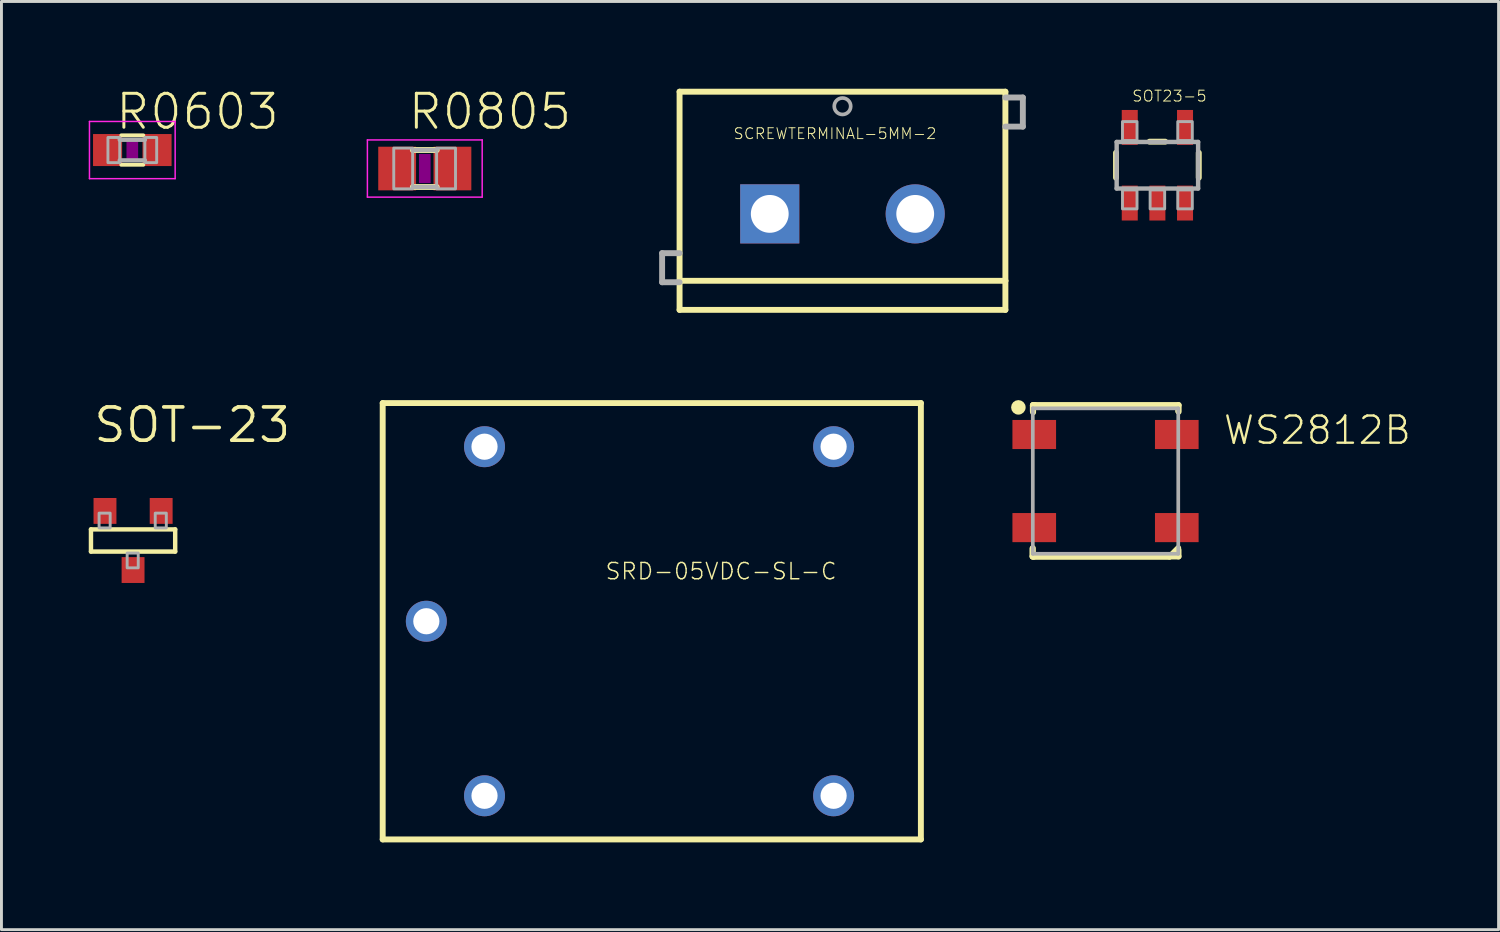
<source format=kicad_pcb>
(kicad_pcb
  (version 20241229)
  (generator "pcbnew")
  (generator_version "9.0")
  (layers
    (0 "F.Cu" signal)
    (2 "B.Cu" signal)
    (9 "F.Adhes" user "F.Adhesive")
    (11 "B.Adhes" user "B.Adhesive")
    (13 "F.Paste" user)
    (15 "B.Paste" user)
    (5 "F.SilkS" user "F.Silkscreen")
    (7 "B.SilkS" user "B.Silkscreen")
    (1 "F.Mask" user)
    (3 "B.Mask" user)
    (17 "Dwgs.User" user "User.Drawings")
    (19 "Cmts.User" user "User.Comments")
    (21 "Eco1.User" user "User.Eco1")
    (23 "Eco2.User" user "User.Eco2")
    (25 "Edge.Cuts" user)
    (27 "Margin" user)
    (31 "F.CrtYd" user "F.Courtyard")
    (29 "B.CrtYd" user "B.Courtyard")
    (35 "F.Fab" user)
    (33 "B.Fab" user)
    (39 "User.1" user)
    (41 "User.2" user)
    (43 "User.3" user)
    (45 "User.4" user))
  (footprint "SOT-23"
    (layer "F.Cu")
    (at 1.499 15.529)
    (property "Reference" "SOT-23" (at -1.397 -3.302 0) (unlocked yes) (layer "F.SilkS") (effects (font (size 1.143 1.143) (thickness 0.127)) (justify left bottom)))
    (fp_line (start -1.422 -0.381) (end 1.473 -0.381) (stroke (width 0.152) (type solid)) (layer "F.SilkS"))
    (fp_line (start -1.422 0.381) (end -1.422 -0.381) (stroke (width 0.152) (type solid)) (layer "F.SilkS"))
    (fp_line (start 1.473 -0.381) (end 1.473 0.381) (stroke (width 0.152) (type solid)) (layer "F.SilkS"))
    (fp_line (start 1.473 0.381) (end -1.422 0.381) (stroke (width 0.152) (type solid)) (layer "F.SilkS"))
    (fp_poly (pts (xy -1.143 -0.432) (xy -0.762 -0.432) (xy -0.762 -0.94) (xy -1.143 -0.94)) (stroke (width 0.1) (type default)) (fill no) (layer "F.Fab"))
    (fp_poly (pts (xy -0.178 0.94) (xy 0.203 0.94) (xy 0.203 0.432) (xy -0.178 0.432)) (stroke (width 0.1) (type default)) (fill no) (layer "F.Fab"))
    (fp_poly (pts (xy 0.787 -0.432) (xy 1.168 -0.432) (xy 1.168 -0.94) (xy 0.787 -0.94)) (stroke (width 0.1) (type default)) (fill no) (layer "F.Fab"))
    (pad "1" smd rect (at 0.025 1.016) (size 0.787 0.889) (layers "F.Cu" "F.Mask" "F.Paste"))
    (pad "2" smd rect (at -0.94 -1.016) (size 0.787 0.889) (layers "F.Cu" "F.Mask" "F.Paste"))
    (pad "3" smd rect (at 0.991 -1.016) (size 0.787 0.889) (layers "F.Cu" "F.Mask" "F.Paste")))
  (footprint "SCREWTERMINAL-5MM-2"
    (layer "F.Cu")
    (at 23.41 4.302)
    (property "Reference" "SCREWTERMINAL-5MM-2" (at -1.27 -2.54 0) (unlocked yes) (layer "F.SilkS") (effects (font (size 0.374 0.374) (thickness 0.033)) (justify left bottom)))
    (fp_line (start -3.1 -4.2) (end 8.1 -4.2) (stroke (width 0.203) (type solid)) (layer "F.SilkS"))
    (fp_line (start -3.1 2.3) (end -3.1 -4.2) (stroke (width 0.203) (type solid)) (layer "F.SilkS"))
    (fp_line (start -3.1 3.3) (end -3.1 2.3) (stroke (width 0.203) (type solid)) (layer "F.SilkS"))
    (fp_line (start 8.1 -4.2) (end 8.1 2.3) (stroke (width 0.203) (type solid)) (layer "F.SilkS"))
    (fp_line (start 8.1 2.3) (end -3.1 2.3) (stroke (width 0.203) (type solid)) (layer "F.SilkS"))
    (fp_line (start 8.1 2.3) (end 8.1 3.3) (stroke (width 0.203) (type solid)) (layer "F.SilkS"))
    (fp_line (start 8.1 3.3) (end -3.1 3.3) (stroke (width 0.203) (type solid)) (layer "F.SilkS"))
    (fp_line (start -3.7 1.35) (end -3.7 2.35) (stroke (width 0.203) (type solid)) (layer "F.Fab"))
    (fp_line (start -3.7 2.35) (end -3.1 2.35) (stroke (width 0.203) (type solid)) (layer "F.Fab"))
    (fp_line (start -3.1 1.35) (end -3.7 1.35) (stroke (width 0.203) (type solid)) (layer "F.Fab"))
    (fp_line (start 8.1 -4) (end 8.7 -4) (stroke (width 0.203) (type solid)) (layer "F.Fab"))
    (fp_line (start 8.7 -4) (end 8.7 -3) (stroke (width 0.203) (type solid)) (layer "F.Fab"))
    (fp_line (start 8.7 -3) (end 8.1 -3) (stroke (width 0.203) (type solid)) (layer "F.Fab"))
    (fp_circle (center 2.5 -3.7) (end 2.783 -3.7) (stroke (width 0.127) (type solid)) (fill no) (layer "F.Fab"))
    (pad "1" thru_hole rect (at 0 0) (size 2.032 2.032) (drill 1.3) (layers "*.Cu" "*.Mask"))
    (pad "2" thru_hole circle (at 5 0) (size 2.032 2.032) (drill 1.3) (layers "*.Cu" "*.Mask")))
  (footprint "R0603"
    (layer "F.Cu")
    (at 1.498 2.108)
    (property "Reference" "R0603" (at -0.635 -0.635 0) (unlocked yes) (layer "F.SilkS") (effects (font (size 1.168 1.168) (thickness 0.102)) (justify left bottom)))
    (fp_line (start -0.381 -0.508) (end 0.381 -0.508) (stroke (width 0.127) (type solid)) (layer "F.SilkS"))
    (fp_line (start -0.381 0.508) (end 0.381 0.508) (stroke (width 0.127) (type solid)) (layer "F.SilkS"))
    (fp_poly (pts (xy -0.2 0.4) (xy 0.2 0.4) (xy 0.2 -0.4) (xy -0.2 -0.4)) (stroke (width 0) (type default)) (fill yes) (layer "F.Adhes"))
    (fp_line (start -1.473 -0.983) (end 1.473 -0.983) (stroke (width 0.051) (type solid)) (layer "F.CrtYd"))
    (fp_line (start -1.473 0.983) (end -1.473 -0.983) (stroke (width 0.051) (type solid)) (layer "F.CrtYd"))
    (fp_line (start 1.473 -0.983) (end 1.473 0.983) (stroke (width 0.051) (type solid)) (layer "F.CrtYd"))
    (fp_line (start 1.473 0.983) (end -1.473 0.983) (stroke (width 0.051) (type solid)) (layer "F.CrtYd"))
    (fp_line (start -0.432 0.356) (end 0.432 0.356) (stroke (width 0.152) (type solid)) (layer "F.Fab"))
    (fp_line (start 0.432 -0.356) (end -0.432 -0.356) (stroke (width 0.152) (type solid)) (layer "F.Fab"))
    (fp_poly (pts (xy -0.838 0.432) (xy -0.432 0.432) (xy -0.432 -0.432) (xy -0.838 -0.432)) (stroke (width 0.1) (type default)) (fill no) (layer "F.Fab"))
    (fp_poly (pts (xy 0.432 0.432) (xy 0.838 0.432) (xy 0.838 -0.432) (xy 0.432 -0.432)) (stroke (width 0.1) (type default)) (fill no) (layer "F.Fab"))
    (pad "1" smd rect (at -0.85 0) (size 1 1.1) (layers "F.Cu" "F.Mask" "F.Paste"))
    (pad "2" smd rect (at 0.85 0) (size 1 1.1) (layers "F.Cu" "F.Mask" "F.Paste")))
  (footprint "SRD-05VDC-SL-C"
    (layer "F.Cu")
    (at 18.995 18.185)
    (property "Reference" "SRD-05VDC-SL-C" (at -1.27 -1.27 0) (unlocked yes) (layer "F.SilkS") (effects (font (size 0.561 0.561) (thickness 0.049)) (justify left bottom)))
    (fp_line (start -8.89 -7.38) (end 9.61 -7.38) (stroke (width 0.203) (type solid)) (layer "F.SilkS"))
    (fp_line (start -8.89 7.62) (end -8.89 -7.38) (stroke (width 0.203) (type solid)) (layer "F.SilkS"))
    (fp_line (start 9.61 -7.38) (end 9.61 7.62) (stroke (width 0.203) (type solid)) (layer "F.SilkS"))
    (fp_line (start 9.61 7.62) (end -8.89 7.62) (stroke (width 0.203) (type solid)) (layer "F.SilkS"))
    (pad "COIL0" thru_hole circle (at -5.39 6.12) (size 1.408 1.408) (drill 0.9) (layers "*.Cu" "*.Mask"))
    (pad "COIL1" thru_hole circle (at -5.39 -5.88) (size 1.408 1.408) (drill 0.9) (layers "*.Cu" "*.Mask"))
    (pad "SWCOMMON" thru_hole circle (at -7.39 0.12) (size 1.408 1.408) (drill 0.9) (layers "*.Cu" "*.Mask"))
    (pad "SW_NC" thru_hole circle (at 6.61 -5.88) (size 1.408 1.408) (drill 0.9) (layers "*.Cu" "*.Mask"))
    (pad "SW_NO" thru_hole circle (at 6.61 6.12) (size 1.408 1.408) (drill 0.9) (layers "*.Cu" "*.Mask")))
  (footprint "SOT23-5"
    (layer "F.Cu")
    (at 36.735 2.63)
    (property "Reference" "SOT23-5" (at -0.889 -2.159 0) (unlocked yes) (layer "F.SilkS") (effects (font (size 0.374 0.374) (thickness 0.033)) (justify left bottom)))
    (fp_line (start -1.422 0.429) (end -1.422 -0.429) (stroke (width 0.203) (type solid)) (layer "F.SilkS"))
    (fp_line (start -0.268 -0.81) (end 0.268 -0.81) (stroke (width 0.203) (type solid)) (layer "F.SilkS"))
    (fp_line (start 1.422 -0.429) (end 1.422 0.429) (stroke (width 0.203) (type solid)) (layer "F.SilkS"))
    (fp_line (start -1.4 -0.8) (end -1.4 0.8) (stroke (width 0.152) (type solid)) (layer "F.Fab"))
    (fp_line (start -1.4 -0.8) (end 1.4 -0.8) (stroke (width 0.152) (type solid)) (layer "F.Fab"))
    (fp_line (start 1.4 -0.8) (end 1.4 0.8) (stroke (width 0.152) (type solid)) (layer "F.Fab"))
    (fp_line (start 1.4 0.8) (end -1.4 0.8) (stroke (width 0.152) (type solid)) (layer "F.Fab"))
    (fp_poly (pts (xy -1.2 -0.85) (xy -0.7 -0.85) (xy -0.7 -1.5) (xy -1.2 -1.5)) (stroke (width 0.1) (type default)) (fill no) (layer "F.Fab"))
    (fp_poly (pts (xy -1.2 1.5) (xy -0.7 1.5) (xy -0.7 0.85) (xy -1.2 0.85)) (stroke (width 0.1) (type default)) (fill no) (layer "F.Fab"))
    (fp_poly (pts (xy -0.25 1.5) (xy 0.25 1.5) (xy 0.25 0.85) (xy -0.25 0.85)) (stroke (width 0.1) (type default)) (fill no) (layer "F.Fab"))
    (fp_poly (pts (xy 0.7 -0.85) (xy 1.2 -0.85) (xy 1.2 -1.5) (xy 0.7 -1.5)) (stroke (width 0.1) (type default)) (fill no) (layer "F.Fab"))
    (fp_poly (pts (xy 0.7 1.5) (xy 1.2 1.5) (xy 1.2 0.85) (xy 0.7 0.85)) (stroke (width 0.1) (type default)) (fill no) (layer "F.Fab"))
    (pad "1" smd rect (at -0.95 1.3) (size 0.55 1.2) (layers "F.Cu" "F.Mask" "F.Paste"))
    (pad "2" smd rect (at 0 1.3) (size 0.55 1.2) (layers "F.Cu" "F.Mask" "F.Paste"))
    (pad "3" smd rect (at 0.95 1.3) (size 0.55 1.2) (layers "F.Cu" "F.Mask" "F.Paste"))
    (pad "4" smd rect (at 0.95 -1.3) (size 0.55 1.2) (layers "F.Cu" "F.Mask" "F.Paste"))
    (pad "5" smd rect (at -0.95 -1.3) (size 0.55 1.2) (layers "F.Cu" "F.Mask" "F.Paste")))
  (footprint "R0805"
    (layer "F.Cu")
    (at 11.552 2.743)
    (property "Reference" "R0805" (at -0.635 -1.27 0) (unlocked yes) (layer "F.SilkS") (effects (font (size 1.168 1.168) (thickness 0.102)) (justify left bottom)))
    (fp_line (start -0.41 -0.635) (end 0.41 -0.635) (stroke (width 0.203) (type solid)) (layer "F.SilkS"))
    (fp_line (start -0.41 0.635) (end 0.41 0.635) (stroke (width 0.203) (type solid)) (layer "F.SilkS"))
    (fp_poly (pts (xy -0.2 0.5) (xy 0.2 0.5) (xy 0.2 -0.5) (xy -0.2 -0.5)) (stroke (width 0) (type default)) (fill yes) (layer "F.Adhes"))
    (fp_line (start -1.973 -0.983) (end 1.973 -0.983) (stroke (width 0.051) (type solid)) (layer "F.CrtYd"))
    (fp_line (start -1.973 0.983) (end -1.973 -0.983) (stroke (width 0.051) (type solid)) (layer "F.CrtYd"))
    (fp_line (start 1.973 -0.983) (end 1.973 0.983) (stroke (width 0.051) (type solid)) (layer "F.CrtYd"))
    (fp_line (start 1.973 0.983) (end -1.973 0.983) (stroke (width 0.051) (type solid)) (layer "F.CrtYd"))
    (fp_line (start -0.41 -0.635) (end 0.41 -0.635) (stroke (width 0.152) (type solid)) (layer "F.Fab"))
    (fp_line (start -0.41 0.635) (end 0.41 0.635) (stroke (width 0.152) (type solid)) (layer "F.Fab"))
    (fp_poly (pts (xy -1.067 0.699) (xy -0.417 0.699) (xy -0.417 -0.702) (xy -1.067 -0.702)) (stroke (width 0.1) (type default)) (fill no) (layer "F.Fab"))
    (fp_poly (pts (xy 0.406 0.699) (xy 1.056 0.699) (xy 1.056 -0.702) (xy 0.406 -0.702)) (stroke (width 0.1) (type default)) (fill no) (layer "F.Fab"))
    (pad "1" smd rect (at -0.95 0) (size 1.3 1.5) (layers "F.Cu" "F.Mask" "F.Paste"))
    (pad "2" smd rect (at 0.95 0) (size 1.3 1.5) (layers "F.Cu" "F.Mask" "F.Paste")))
  (footprint "WS2812B"
    (layer "F.Cu")
    (at 34.952 13.486)
    (property "Reference" "WS2812B" (at 4 -1.2 0) (unlocked yes) (layer "F.SilkS") (effects (font (size 0.935 0.935) (thickness 0.081)) (justify left bottom)))
    (fp_line (start -2.51 2.319) (end -2.51 2.591) (stroke (width 0.203) (type solid)) (layer "F.SilkS"))
    (fp_line (start -2.51 2.591) (end -2.459 2.591) (stroke (width 0.203) (type solid)) (layer "F.SilkS"))
    (fp_line (start -2.5 -2.6) (end 2.5 -2.6) (stroke (width 0.2) (type solid)) (layer "F.SilkS"))
    (fp_line (start -2.5 -2.4) (end -2.5 -2.6) (stroke (width 0.2) (type solid)) (layer "F.SilkS"))
    (fp_line (start -2.5 2.3) (end -2.5 2.6) (stroke (width 0.2) (type solid)) (layer "F.SilkS"))
    (fp_line (start -2.5 2.6) (end 2.2 2.6) (stroke (width 0.2) (type solid)) (layer "F.SilkS"))
    (fp_line (start -2.489 -2.616) (end -2.438 -2.616) (stroke (width 0.203) (type solid)) (layer "F.SilkS"))
    (fp_line (start -2.489 -2.362) (end -2.489 -2.616) (stroke (width 0.203) (type solid)) (layer "F.SilkS"))
    (fp_line (start -2.459 2.591) (end -2.459 2.593) (stroke (width 0.203) (type solid)) (layer "F.SilkS"))
    (fp_line (start -2.459 2.593) (end 2.51 2.593) (stroke (width 0.203) (type solid)) (layer "F.SilkS"))
    (fp_line (start -2.438 -2.616) (end -2.438 -2.611) (stroke (width 0.203) (type solid)) (layer "F.SilkS"))
    (fp_line (start -2.438 -2.611) (end 2.512 -2.611) (stroke (width 0.203) (type solid)) (layer "F.SilkS"))
    (fp_line (start 2.2 2.6) (end 2.5 2.3) (stroke (width 0.2) (type solid)) (layer "F.SilkS"))
    (fp_line (start 2.5 -2.6) (end 2.5 -2.4) (stroke (width 0.2) (type solid)) (layer "F.SilkS"))
    (fp_line (start 2.51 2.593) (end 2.51 2.367) (stroke (width 0.203) (type solid)) (layer "F.SilkS"))
    (fp_line (start 2.512 -2.611) (end 2.512 -2.38) (stroke (width 0.203) (type solid)) (layer "F.SilkS"))
    (fp_circle (center -2.996 -2.533) (end -2.871 -2.533) (stroke (width 0.25) (type solid)) (fill no) (layer "F.SilkS"))
    (fp_line (start -2.5 -2.5) (end -2.5 2.5) (stroke (width 0.127) (type solid)) (layer "F.Fab"))
    (fp_line (start -2.5 2.5) (end 2.5 2.5) (stroke (width 0.127) (type solid)) (layer "F.Fab"))
    (fp_line (start 2.5 -2.5) (end -2.5 -2.5) (stroke (width 0.127) (type solid)) (layer "F.Fab"))
    (fp_line (start 2.5 2.5) (end 2.5 -2.5) (stroke (width 0.127) (type solid)) (layer "F.Fab"))
    (pad "1" smd rect (at -2.45 -1.6) (size 1.5 1) (layers "F.Cu" "F.Mask" "F.Paste"))
    (pad "2" smd rect (at -2.45 1.6) (size 1.5 1) (layers "F.Cu" "F.Mask" "F.Paste"))
    (pad "3" smd rect (at 2.45 1.6) (size 1.5 1) (layers "F.Cu" "F.Mask" "F.Paste"))
    (pad "4" smd rect (at 2.45 -1.6) (size 1.5 1) (layers "F.Cu" "F.Mask" "F.Paste")))
  (gr_rect
    (start -3 -3)
    (end 48.463 28.906)
    (stroke (width 0.1) (type default))
    (fill no)
    (layer "Edge.Cuts")))
</source>
